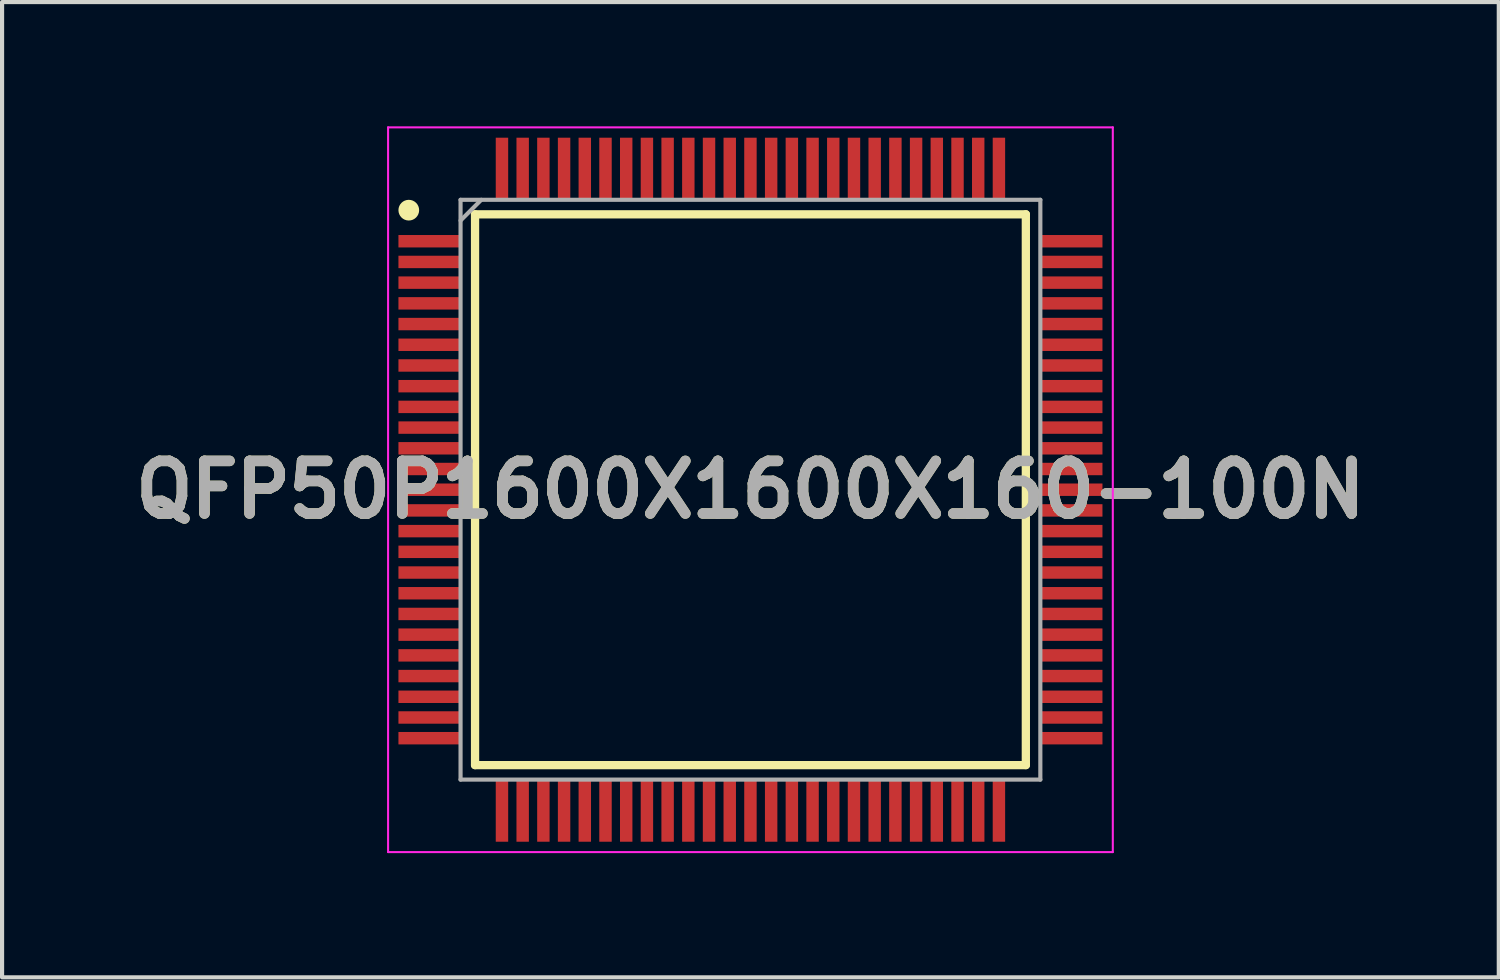
<source format=kicad_pcb>
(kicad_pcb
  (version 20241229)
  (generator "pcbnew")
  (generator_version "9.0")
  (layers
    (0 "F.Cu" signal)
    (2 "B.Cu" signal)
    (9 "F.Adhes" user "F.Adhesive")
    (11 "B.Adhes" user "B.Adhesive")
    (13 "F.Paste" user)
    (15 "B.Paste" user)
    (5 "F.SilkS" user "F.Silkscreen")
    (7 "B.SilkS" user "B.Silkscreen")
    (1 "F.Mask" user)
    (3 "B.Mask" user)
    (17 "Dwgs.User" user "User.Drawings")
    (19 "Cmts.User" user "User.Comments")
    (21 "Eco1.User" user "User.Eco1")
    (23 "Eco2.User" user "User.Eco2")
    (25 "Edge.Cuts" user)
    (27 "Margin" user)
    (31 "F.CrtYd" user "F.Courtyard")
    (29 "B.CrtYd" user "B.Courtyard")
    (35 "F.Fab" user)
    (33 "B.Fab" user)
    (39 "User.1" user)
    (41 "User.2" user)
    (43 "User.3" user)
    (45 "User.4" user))
  (footprint "QFP50P1600X1600X160-100N"
    (layer "F.Cu")
    (at 15.071 8.775)
    (property "Reference" "QFP50P1600X1600X160-100N" (at 0 0 0) (layer "F.SilkS") (effects (font (size 1.27 1.27) (thickness 0.254))))
    (attr smd)
    (fp_line (start -6.65 -6.65) (end 6.65 -6.65) (stroke (width 0.2) (type solid)) (layer "F.SilkS"))
    (fp_line (start -6.65 6.65) (end -6.65 -6.65) (stroke (width 0.2) (type solid)) (layer "F.SilkS"))
    (fp_line (start 6.65 -6.65) (end 6.65 6.65) (stroke (width 0.2) (type solid)) (layer "F.SilkS"))
    (fp_line (start 6.65 6.65) (end -6.65 6.65) (stroke (width 0.2) (type solid)) (layer "F.SilkS"))
    (fp_circle (center -8.25 -6.75) (end -8.25 -6.625) (stroke (width 0.25) (type solid)) (fill no) (layer "F.SilkS"))
    (fp_line (start -8.75 -8.75) (end 8.75 -8.75) (stroke (width 0.05) (type solid)) (layer "F.CrtYd"))
    (fp_line (start -8.75 8.75) (end -8.75 -8.75) (stroke (width 0.05) (type solid)) (layer "F.CrtYd"))
    (fp_line (start 8.75 -8.75) (end 8.75 8.75) (stroke (width 0.05) (type solid)) (layer "F.CrtYd"))
    (fp_line (start 8.75 8.75) (end -8.75 8.75) (stroke (width 0.05) (type solid)) (layer "F.CrtYd"))
    (fp_line (start -7 -7) (end 7 -7) (stroke (width 0.1) (type solid)) (layer "F.Fab"))
    (fp_line (start -7 -6.5) (end -6.5 -7) (stroke (width 0.1) (type solid)) (layer "F.Fab"))
    (fp_line (start -7 7) (end -7 -7) (stroke (width 0.1) (type solid)) (layer "F.Fab"))
    (fp_line (start 7 -7) (end 7 7) (stroke (width 0.1) (type solid)) (layer "F.Fab"))
    (fp_line (start 7 7) (end -7 7) (stroke (width 0.1) (type solid)) (layer "F.Fab"))
    (fp_text user "${REFERENCE}" (at 0 0 0) (layer "F.Fab") (effects (font (size 1.27 1.27) (thickness 0.254))))
    (pad "1" smd rect (at -7.75 -6 90) (size 0.3 1.5) (layers "F.Cu" "F.Mask" "F.Paste"))
    (pad "2" smd rect (at -7.75 -5.5 90) (size 0.3 1.5) (layers "F.Cu" "F.Mask" "F.Paste"))
    (pad "3" smd rect (at -7.75 -5 90) (size 0.3 1.5) (layers "F.Cu" "F.Mask" "F.Paste"))
    (pad "4" smd rect (at -7.75 -4.5 90) (size 0.3 1.5) (layers "F.Cu" "F.Mask" "F.Paste"))
    (pad "5" smd rect (at -7.75 -4 90) (size 0.3 1.5) (layers "F.Cu" "F.Mask" "F.Paste"))
    (pad "6" smd rect (at -7.75 -3.5 90) (size 0.3 1.5) (layers "F.Cu" "F.Mask" "F.Paste"))
    (pad "7" smd rect (at -7.75 -3 90) (size 0.3 1.5) (layers "F.Cu" "F.Mask" "F.Paste"))
    (pad "8" smd rect (at -7.75 -2.5 90) (size 0.3 1.5) (layers "F.Cu" "F.Mask" "F.Paste"))
    (pad "9" smd rect (at -7.75 -2 90) (size 0.3 1.5) (layers "F.Cu" "F.Mask" "F.Paste"))
    (pad "10" smd rect (at -7.75 -1.5 90) (size 0.3 1.5) (layers "F.Cu" "F.Mask" "F.Paste"))
    (pad "11" smd rect (at -7.75 -1 90) (size 0.3 1.5) (layers "F.Cu" "F.Mask" "F.Paste"))
    (pad "12" smd rect (at -7.75 -0.5 90) (size 0.3 1.5) (layers "F.Cu" "F.Mask" "F.Paste"))
    (pad "13" smd rect (at -7.75 0 90) (size 0.3 1.5) (layers "F.Cu" "F.Mask" "F.Paste"))
    (pad "14" smd rect (at -7.75 0.5 90) (size 0.3 1.5) (layers "F.Cu" "F.Mask" "F.Paste"))
    (pad "15" smd rect (at -7.75 1 90) (size 0.3 1.5) (layers "F.Cu" "F.Mask" "F.Paste"))
    (pad "16" smd rect (at -7.75 1.5 90) (size 0.3 1.5) (layers "F.Cu" "F.Mask" "F.Paste"))
    (pad "17" smd rect (at -7.75 2 90) (size 0.3 1.5) (layers "F.Cu" "F.Mask" "F.Paste"))
    (pad "18" smd rect (at -7.75 2.5 90) (size 0.3 1.5) (layers "F.Cu" "F.Mask" "F.Paste"))
    (pad "19" smd rect (at -7.75 3 90) (size 0.3 1.5) (layers "F.Cu" "F.Mask" "F.Paste"))
    (pad "20" smd rect (at -7.75 3.5 90) (size 0.3 1.5) (layers "F.Cu" "F.Mask" "F.Paste"))
    (pad "21" smd rect (at -7.75 4 90) (size 0.3 1.5) (layers "F.Cu" "F.Mask" "F.Paste"))
    (pad "22" smd rect (at -7.75 4.5 90) (size 0.3 1.5) (layers "F.Cu" "F.Mask" "F.Paste"))
    (pad "23" smd rect (at -7.75 5 90) (size 0.3 1.5) (layers "F.Cu" "F.Mask" "F.Paste"))
    (pad "24" smd rect (at -7.75 5.5 90) (size 0.3 1.5) (layers "F.Cu" "F.Mask" "F.Paste"))
    (pad "25" smd rect (at -7.75 6 90) (size 0.3 1.5) (layers "F.Cu" "F.Mask" "F.Paste"))
    (pad "26" smd rect (at -6 7.75) (size 0.3 1.5) (layers "F.Cu" "F.Mask" "F.Paste"))
    (pad "27" smd rect (at -5.5 7.75) (size 0.3 1.5) (layers "F.Cu" "F.Mask" "F.Paste"))
    (pad "28" smd rect (at -5 7.75) (size 0.3 1.5) (layers "F.Cu" "F.Mask" "F.Paste"))
    (pad "29" smd rect (at -4.5 7.75) (size 0.3 1.5) (layers "F.Cu" "F.Mask" "F.Paste"))
    (pad "30" smd rect (at -4 7.75) (size 0.3 1.5) (layers "F.Cu" "F.Mask" "F.Paste"))
    (pad "31" smd rect (at -3.5 7.75) (size 0.3 1.5) (layers "F.Cu" "F.Mask" "F.Paste"))
    (pad "32" smd rect (at -3 7.75) (size 0.3 1.5) (layers "F.Cu" "F.Mask" "F.Paste"))
    (pad "33" smd rect (at -2.5 7.75) (size 0.3 1.5) (layers "F.Cu" "F.Mask" "F.Paste"))
    (pad "34" smd rect (at -2 7.75) (size 0.3 1.5) (layers "F.Cu" "F.Mask" "F.Paste"))
    (pad "35" smd rect (at -1.5 7.75) (size 0.3 1.5) (layers "F.Cu" "F.Mask" "F.Paste"))
    (pad "36" smd rect (at -1 7.75) (size 0.3 1.5) (layers "F.Cu" "F.Mask" "F.Paste"))
    (pad "37" smd rect (at -0.5 7.75) (size 0.3 1.5) (layers "F.Cu" "F.Mask" "F.Paste"))
    (pad "38" smd rect (at 0 7.75) (size 0.3 1.5) (layers "F.Cu" "F.Mask" "F.Paste"))
    (pad "39" smd rect (at 0.5 7.75) (size 0.3 1.5) (layers "F.Cu" "F.Mask" "F.Paste"))
    (pad "40" smd rect (at 1 7.75) (size 0.3 1.5) (layers "F.Cu" "F.Mask" "F.Paste"))
    (pad "41" smd rect (at 1.5 7.75) (size 0.3 1.5) (layers "F.Cu" "F.Mask" "F.Paste"))
    (pad "42" smd rect (at 2 7.75) (size 0.3 1.5) (layers "F.Cu" "F.Mask" "F.Paste"))
    (pad "43" smd rect (at 2.5 7.75) (size 0.3 1.5) (layers "F.Cu" "F.Mask" "F.Paste"))
    (pad "44" smd rect (at 3 7.75) (size 0.3 1.5) (layers "F.Cu" "F.Mask" "F.Paste"))
    (pad "45" smd rect (at 3.5 7.75) (size 0.3 1.5) (layers "F.Cu" "F.Mask" "F.Paste"))
    (pad "46" smd rect (at 4 7.75) (size 0.3 1.5) (layers "F.Cu" "F.Mask" "F.Paste"))
    (pad "47" smd rect (at 4.5 7.75) (size 0.3 1.5) (layers "F.Cu" "F.Mask" "F.Paste"))
    (pad "48" smd rect (at 5 7.75) (size 0.3 1.5) (layers "F.Cu" "F.Mask" "F.Paste"))
    (pad "49" smd rect (at 5.5 7.75) (size 0.3 1.5) (layers "F.Cu" "F.Mask" "F.Paste"))
    (pad "50" smd rect (at 6 7.75) (size 0.3 1.5) (layers "F.Cu" "F.Mask" "F.Paste"))
    (pad "51" smd rect (at 7.75 6 90) (size 0.3 1.5) (layers "F.Cu" "F.Mask" "F.Paste"))
    (pad "52" smd rect (at 7.75 5.5 90) (size 0.3 1.5) (layers "F.Cu" "F.Mask" "F.Paste"))
    (pad "53" smd rect (at 7.75 5 90) (size 0.3 1.5) (layers "F.Cu" "F.Mask" "F.Paste"))
    (pad "54" smd rect (at 7.75 4.5 90) (size 0.3 1.5) (layers "F.Cu" "F.Mask" "F.Paste"))
    (pad "55" smd rect (at 7.75 4 90) (size 0.3 1.5) (layers "F.Cu" "F.Mask" "F.Paste"))
    (pad "56" smd rect (at 7.75 3.5 90) (size 0.3 1.5) (layers "F.Cu" "F.Mask" "F.Paste"))
    (pad "57" smd rect (at 7.75 3 90) (size 0.3 1.5) (layers "F.Cu" "F.Mask" "F.Paste"))
    (pad "58" smd rect (at 7.75 2.5 90) (size 0.3 1.5) (layers "F.Cu" "F.Mask" "F.Paste"))
    (pad "59" smd rect (at 7.75 2 90) (size 0.3 1.5) (layers "F.Cu" "F.Mask" "F.Paste"))
    (pad "60" smd rect (at 7.75 1.5 90) (size 0.3 1.5) (layers "F.Cu" "F.Mask" "F.Paste"))
    (pad "61" smd rect (at 7.75 1 90) (size 0.3 1.5) (layers "F.Cu" "F.Mask" "F.Paste"))
    (pad "62" smd rect (at 7.75 0.5 90) (size 0.3 1.5) (layers "F.Cu" "F.Mask" "F.Paste"))
    (pad "63" smd rect (at 7.75 0 90) (size 0.3 1.5) (layers "F.Cu" "F.Mask" "F.Paste"))
    (pad "64" smd rect (at 7.75 -0.5 90) (size 0.3 1.5) (layers "F.Cu" "F.Mask" "F.Paste"))
    (pad "65" smd rect (at 7.75 -1 90) (size 0.3 1.5) (layers "F.Cu" "F.Mask" "F.Paste"))
    (pad "66" smd rect (at 7.75 -1.5 90) (size 0.3 1.5) (layers "F.Cu" "F.Mask" "F.Paste"))
    (pad "67" smd rect (at 7.75 -2 90) (size 0.3 1.5) (layers "F.Cu" "F.Mask" "F.Paste"))
    (pad "68" smd rect (at 7.75 -2.5 90) (size 0.3 1.5) (layers "F.Cu" "F.Mask" "F.Paste"))
    (pad "69" smd rect (at 7.75 -3 90) (size 0.3 1.5) (layers "F.Cu" "F.Mask" "F.Paste"))
    (pad "70" smd rect (at 7.75 -3.5 90) (size 0.3 1.5) (layers "F.Cu" "F.Mask" "F.Paste"))
    (pad "71" smd rect (at 7.75 -4 90) (size 0.3 1.5) (layers "F.Cu" "F.Mask" "F.Paste"))
    (pad "72" smd rect (at 7.75 -4.5 90) (size 0.3 1.5) (layers "F.Cu" "F.Mask" "F.Paste"))
    (pad "73" smd rect (at 7.75 -5 90) (size 0.3 1.5) (layers "F.Cu" "F.Mask" "F.Paste"))
    (pad "74" smd rect (at 7.75 -5.5 90) (size 0.3 1.5) (layers "F.Cu" "F.Mask" "F.Paste"))
    (pad "75" smd rect (at 7.75 -6 90) (size 0.3 1.5) (layers "F.Cu" "F.Mask" "F.Paste"))
    (pad "76" smd rect (at 6 -7.75) (size 0.3 1.5) (layers "F.Cu" "F.Mask" "F.Paste"))
    (pad "77" smd rect (at 5.5 -7.75) (size 0.3 1.5) (layers "F.Cu" "F.Mask" "F.Paste"))
    (pad "78" smd rect (at 5 -7.75) (size 0.3 1.5) (layers "F.Cu" "F.Mask" "F.Paste"))
    (pad "79" smd rect (at 4.5 -7.75) (size 0.3 1.5) (layers "F.Cu" "F.Mask" "F.Paste"))
    (pad "80" smd rect (at 4 -7.75) (size 0.3 1.5) (layers "F.Cu" "F.Mask" "F.Paste"))
    (pad "81" smd rect (at 3.5 -7.75) (size 0.3 1.5) (layers "F.Cu" "F.Mask" "F.Paste"))
    (pad "82" smd rect (at 3 -7.75) (size 0.3 1.5) (layers "F.Cu" "F.Mask" "F.Paste"))
    (pad "83" smd rect (at 2.5 -7.75) (size 0.3 1.5) (layers "F.Cu" "F.Mask" "F.Paste"))
    (pad "84" smd rect (at 2 -7.75) (size 0.3 1.5) (layers "F.Cu" "F.Mask" "F.Paste"))
    (pad "85" smd rect (at 1.5 -7.75) (size 0.3 1.5) (layers "F.Cu" "F.Mask" "F.Paste"))
    (pad "86" smd rect (at 1 -7.75) (size 0.3 1.5) (layers "F.Cu" "F.Mask" "F.Paste"))
    (pad "87" smd rect (at 0.5 -7.75) (size 0.3 1.5) (layers "F.Cu" "F.Mask" "F.Paste"))
    (pad "88" smd rect (at 0 -7.75) (size 0.3 1.5) (layers "F.Cu" "F.Mask" "F.Paste"))
    (pad "89" smd rect (at -0.5 -7.75) (size 0.3 1.5) (layers "F.Cu" "F.Mask" "F.Paste"))
    (pad "90" smd rect (at -1 -7.75) (size 0.3 1.5) (layers "F.Cu" "F.Mask" "F.Paste"))
    (pad "91" smd rect (at -1.5 -7.75) (size 0.3 1.5) (layers "F.Cu" "F.Mask" "F.Paste"))
    (pad "92" smd rect (at -2 -7.75) (size 0.3 1.5) (layers "F.Cu" "F.Mask" "F.Paste"))
    (pad "93" smd rect (at -2.5 -7.75) (size 0.3 1.5) (layers "F.Cu" "F.Mask" "F.Paste"))
    (pad "94" smd rect (at -3 -7.75) (size 0.3 1.5) (layers "F.Cu" "F.Mask" "F.Paste"))
    (pad "95" smd rect (at -3.5 -7.75) (size 0.3 1.5) (layers "F.Cu" "F.Mask" "F.Paste"))
    (pad "96" smd rect (at -4 -7.75) (size 0.3 1.5) (layers "F.Cu" "F.Mask" "F.Paste"))
    (pad "97" smd rect (at -4.5 -7.75) (size 0.3 1.5) (layers "F.Cu" "F.Mask" "F.Paste"))
    (pad "98" smd rect (at -5 -7.75) (size 0.3 1.5) (layers "F.Cu" "F.Mask" "F.Paste"))
    (pad "99" smd rect (at -5.5 -7.75) (size 0.3 1.5) (layers "F.Cu" "F.Mask" "F.Paste"))
    (pad "100" smd rect (at -6 -7.75) (size 0.3 1.5) (layers "F.Cu" "F.Mask" "F.Paste")))
  (gr_rect
    (start -3 -3)
    (end 33.141 20.55)
    (stroke (width 0.1) (type default))
    (fill no)
    (layer "Edge.Cuts")))
</source>
